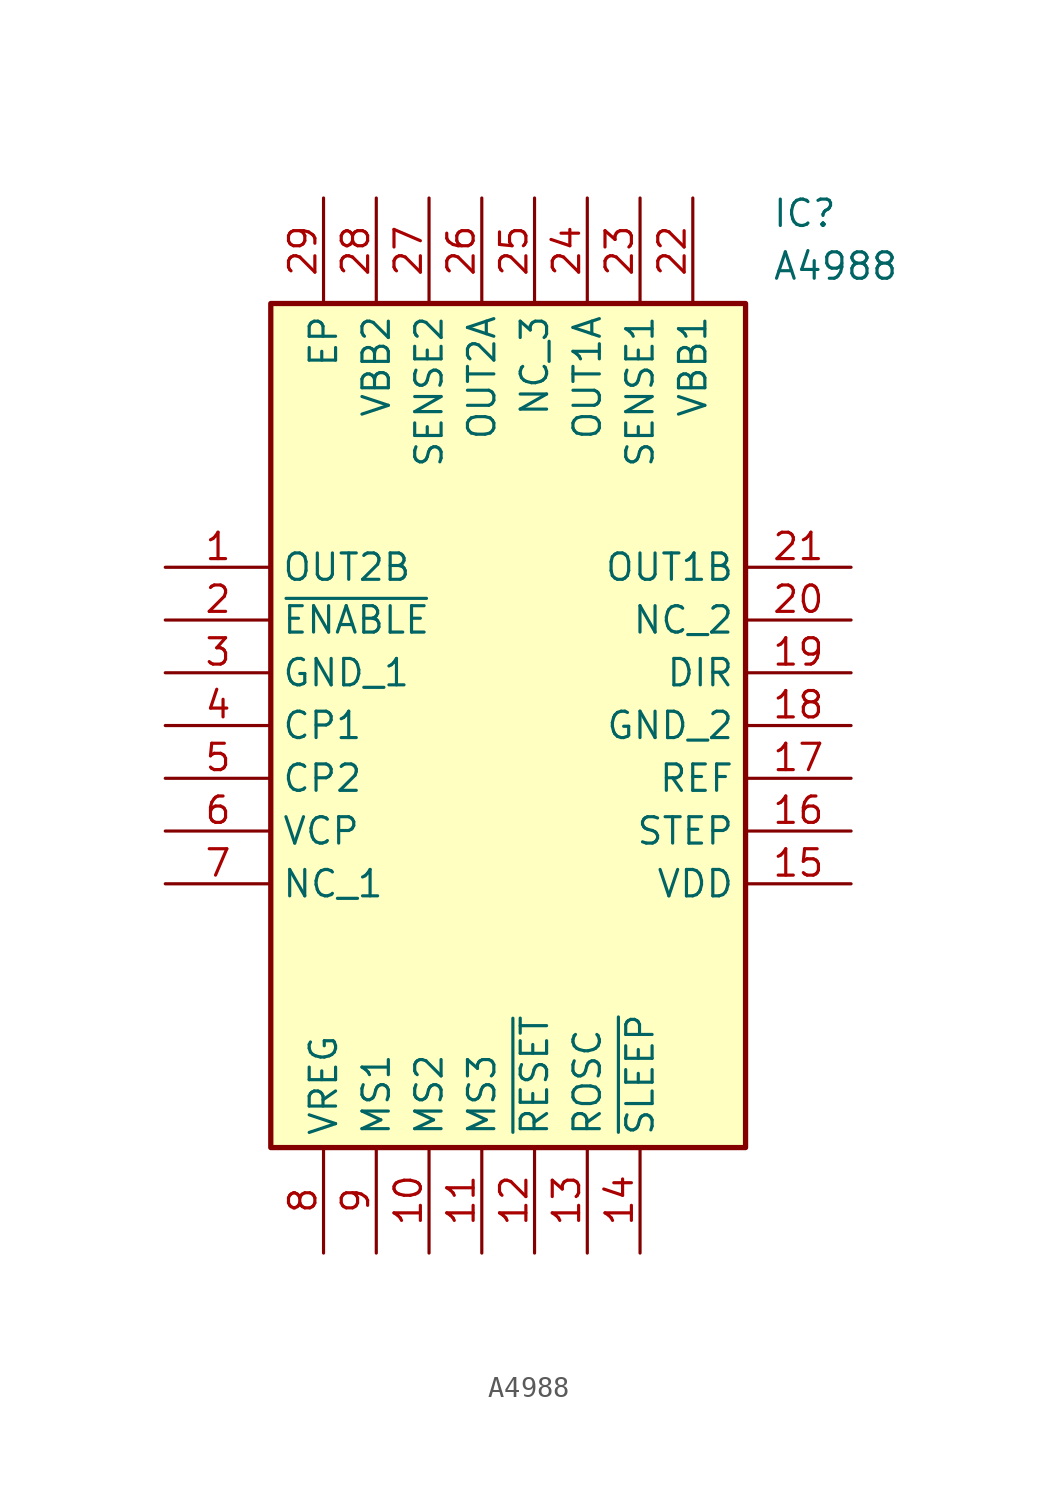
<source format=kicad_sym>
(kicad_symbol_lib
  (version 20241209)
  (generator "kicad_symbol_editor")
  (generator_version "9.0")
  (symbol "A4988"
    (property "Reference" "IC"
      (at 29.21 17.78 0)
      (effects (font (size 1.27 1.27)) (justify left top)))
    (property "Value" "A4988"
      (at 29.21 15.24 0)
      (effects (font (size 1.27 1.27)) (justify left top)))
    (symbol "A4988_1_1"
      (rectangle (start 5.08 12.7) (end 27.94 -27.94) (stroke (width 0.254) (type default)) (fill (type background)))
      (pin passive line (at 0 0 0) (length 5.08) (name "OUT2B" (effects (font (size 1.27 1.27)))) (number "1" (effects (font (size 1.27 1.27)))))
      (pin passive line (at 0 -2.54 0) (length 5.08) (name "~{ENABLE}" (effects (font (size 1.27 1.27)))) (number "2" (effects (font (size 1.27 1.27)))))
      (pin passive line (at 0 -5.08 0) (length 5.08) (name "GND_1" (effects (font (size 1.27 1.27)))) (number "3" (effects (font (size 1.27 1.27)))))
      (pin passive line (at 0 -7.62 0) (length 5.08) (name "CP1" (effects (font (size 1.27 1.27)))) (number "4" (effects (font (size 1.27 1.27)))))
      (pin passive line (at 0 -10.16 0) (length 5.08) (name "CP2" (effects (font (size 1.27 1.27)))) (number "5" (effects (font (size 1.27 1.27)))))
      (pin passive line (at 0 -12.7 0) (length 5.08) (name "VCP" (effects (font (size 1.27 1.27)))) (number "6" (effects (font (size 1.27 1.27)))))
      (pin passive line (at 0 -15.24 0) (length 5.08) (name "NC_1" (effects (font (size 1.27 1.27)))) (number "7" (effects (font (size 1.27 1.27)))))
      (pin passive line (at 7.62 17.78 270) (length 5.08) (name "EP" (effects (font (size 1.27 1.27)))) (number "29" (effects (font (size 1.27 1.27)))))
      (pin passive line (at 7.62 -33.02 90) (length 5.08) (name "VREG" (effects (font (size 1.27 1.27)))) (number "8" (effects (font (size 1.27 1.27)))))
      (pin passive line (at 10.16 17.78 270) (length 5.08) (name "VBB2" (effects (font (size 1.27 1.27)))) (number "28" (effects (font (size 1.27 1.27)))))
      (pin passive line (at 10.16 -33.02 90) (length 5.08) (name "MS1" (effects (font (size 1.27 1.27)))) (number "9" (effects (font (size 1.27 1.27)))))
      (pin passive line (at 12.7 17.78 270) (length 5.08) (name "SENSE2" (effects (font (size 1.27 1.27)))) (number "27" (effects (font (size 1.27 1.27)))))
      (pin passive line (at 12.7 -33.02 90) (length 5.08) (name "MS2" (effects (font (size 1.27 1.27)))) (number "10" (effects (font (size 1.27 1.27)))))
      (pin passive line (at 15.24 17.78 270) (length 5.08) (name "OUT2A" (effects (font (size 1.27 1.27)))) (number "26" (effects (font (size 1.27 1.27)))))
      (pin passive line (at 15.24 -33.02 90) (length 5.08) (name "MS3" (effects (font (size 1.27 1.27)))) (number "11" (effects (font (size 1.27 1.27)))))
      (pin passive line (at 17.78 17.78 270) (length 5.08) (name "NC_3" (effects (font (size 1.27 1.27)))) (number "25" (effects (font (size 1.27 1.27)))))
      (pin passive line (at 17.78 -33.02 90) (length 5.08) (name "~{RESET}" (effects (font (size 1.27 1.27)))) (number "12" (effects (font (size 1.27 1.27)))))
      (pin passive line (at 20.32 17.78 270) (length 5.08) (name "OUT1A" (effects (font (size 1.27 1.27)))) (number "24" (effects (font (size 1.27 1.27)))))
      (pin passive line (at 20.32 -33.02 90) (length 5.08) (name "ROSC" (effects (font (size 1.27 1.27)))) (number "13" (effects (font (size 1.27 1.27)))))
      (pin passive line (at 22.86 17.78 270) (length 5.08) (name "SENSE1" (effects (font (size 1.27 1.27)))) (number "23" (effects (font (size 1.27 1.27)))))
      (pin passive line (at 22.86 -33.02 90) (length 5.08) (name "~{SLEEP}" (effects (font (size 1.27 1.27)))) (number "14" (effects (font (size 1.27 1.27)))))
      (pin passive line (at 25.4 17.78 270) (length 5.08) (name "VBB1" (effects (font (size 1.27 1.27)))) (number "22" (effects (font (size 1.27 1.27)))))
      (pin passive line (at 33.02 0 180) (length 5.08) (name "OUT1B" (effects (font (size 1.27 1.27)))) (number "21" (effects (font (size 1.27 1.27)))))
      (pin passive line (at 33.02 -2.54 180) (length 5.08) (name "NC_2" (effects (font (size 1.27 1.27)))) (number "20" (effects (font (size 1.27 1.27)))))
      (pin passive line (at 33.02 -5.08 180) (length 5.08) (name "DIR" (effects (font (size 1.27 1.27)))) (number "19" (effects (font (size 1.27 1.27)))))
      (pin passive line (at 33.02 -7.62 180) (length 5.08) (name "GND_2" (effects (font (size 1.27 1.27)))) (number "18" (effects (font (size 1.27 1.27)))))
      (pin passive line (at 33.02 -10.16 180) (length 5.08) (name "REF" (effects (font (size 1.27 1.27)))) (number "17" (effects (font (size 1.27 1.27)))))
      (pin passive line (at 33.02 -12.7 180) (length 5.08) (name "STEP" (effects (font (size 1.27 1.27)))) (number "16" (effects (font (size 1.27 1.27)))))
      (pin passive line (at 33.02 -15.24 180) (length 5.08) (name "VDD" (effects (font (size 1.27 1.27)))) (number "15" (effects (font (size 1.27 1.27))))))))
</source>
